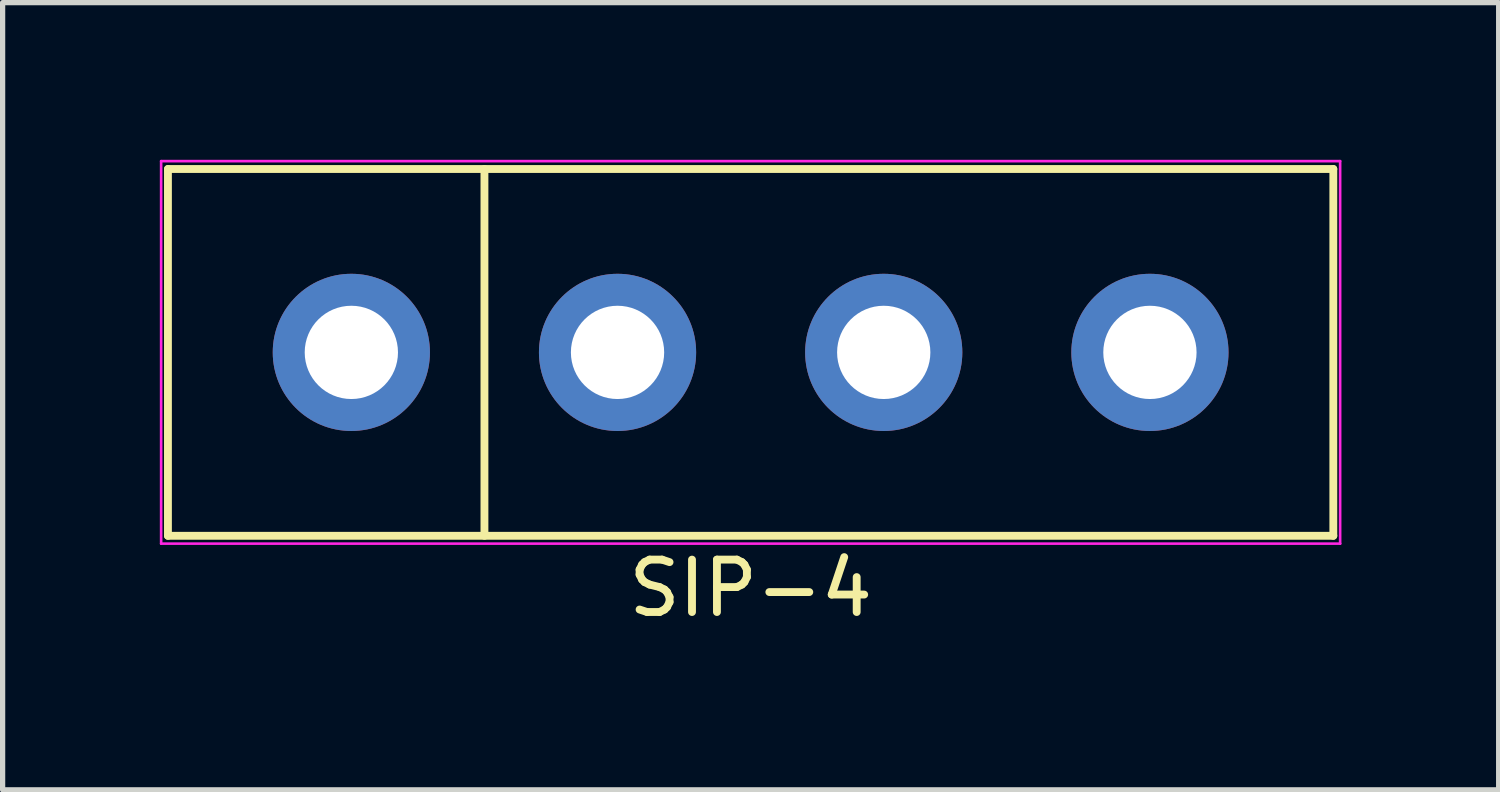
<source format=kicad_pcb>
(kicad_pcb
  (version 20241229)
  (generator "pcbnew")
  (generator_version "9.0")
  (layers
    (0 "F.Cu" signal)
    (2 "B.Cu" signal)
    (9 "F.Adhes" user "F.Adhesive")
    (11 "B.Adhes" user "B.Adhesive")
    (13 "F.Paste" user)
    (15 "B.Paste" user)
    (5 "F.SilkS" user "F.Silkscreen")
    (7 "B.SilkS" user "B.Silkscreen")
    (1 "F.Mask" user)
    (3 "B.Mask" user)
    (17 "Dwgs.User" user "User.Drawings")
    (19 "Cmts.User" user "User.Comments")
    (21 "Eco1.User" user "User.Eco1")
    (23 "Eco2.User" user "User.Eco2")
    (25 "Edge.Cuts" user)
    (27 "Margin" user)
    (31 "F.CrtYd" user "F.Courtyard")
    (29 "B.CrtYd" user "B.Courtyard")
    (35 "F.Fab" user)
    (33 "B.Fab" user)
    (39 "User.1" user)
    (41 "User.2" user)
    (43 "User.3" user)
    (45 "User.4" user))
  (footprint "SIP-4"
    (layer "F.Cu")
    (at 11.275 3.675)
    (property "Reference" "SIP-4" (at 0 4.5 0) (layer "F.SilkS") (effects (font (size 1 1) (thickness 0.15))))
    (attr through_hole)
    (fp_line (start -11.12 -3.5) (end 11.12 -3.5) (stroke (width 0.15) (type solid)) (layer "F.SilkS"))
    (fp_line (start -11.12 3.5) (end -11.12 -3.5) (stroke (width 0.15) (type solid)) (layer "F.SilkS"))
    (fp_line (start -5.08 -3.5) (end -5.08 3.5) (stroke (width 0.15) (type solid)) (layer "F.SilkS"))
    (fp_line (start 11.12 -3.5) (end 11.12 3.5) (stroke (width 0.15) (type solid)) (layer "F.SilkS"))
    (fp_line (start 11.12 3.5) (end -11.12 3.5) (stroke (width 0.15) (type solid)) (layer "F.SilkS"))
    (fp_line (start -11.25 -3.65) (end 11.25 -3.65) (stroke (width 0.05) (type solid)) (layer "F.CrtYd"))
    (fp_line (start -11.25 3.65) (end -11.25 -3.65) (stroke (width 0.05) (type solid)) (layer "F.CrtYd"))
    (fp_line (start 11.25 -3.65) (end 11.25 3.65) (stroke (width 0.05) (type solid)) (layer "F.CrtYd"))
    (fp_line (start 11.25 3.65) (end -11.25 3.65) (stroke (width 0.05) (type solid)) (layer "F.CrtYd"))
    (pad "1" thru_hole circle (at -7.62 0) (size 3 3) (drill 1.78) (layers "*.Cu" "*.Mask"))
    (pad "2" thru_hole circle (at -2.54 0) (size 3 3) (drill 1.78) (layers "*.Cu" "*.Mask"))
    (pad "3" thru_hole circle (at 2.54 0) (size 3 3) (drill 1.78) (layers "*.Cu" "*.Mask"))
    (pad "4" thru_hole circle (at 7.62 0) (size 3 3) (drill 1.78) (layers "*.Cu" "*.Mask")))
  (gr_rect
    (start -3 -3)
    (end 25.55 12.023)
    (stroke (width 0.1) (type default))
    (fill no)
    (layer "Edge.Cuts")))
</source>
